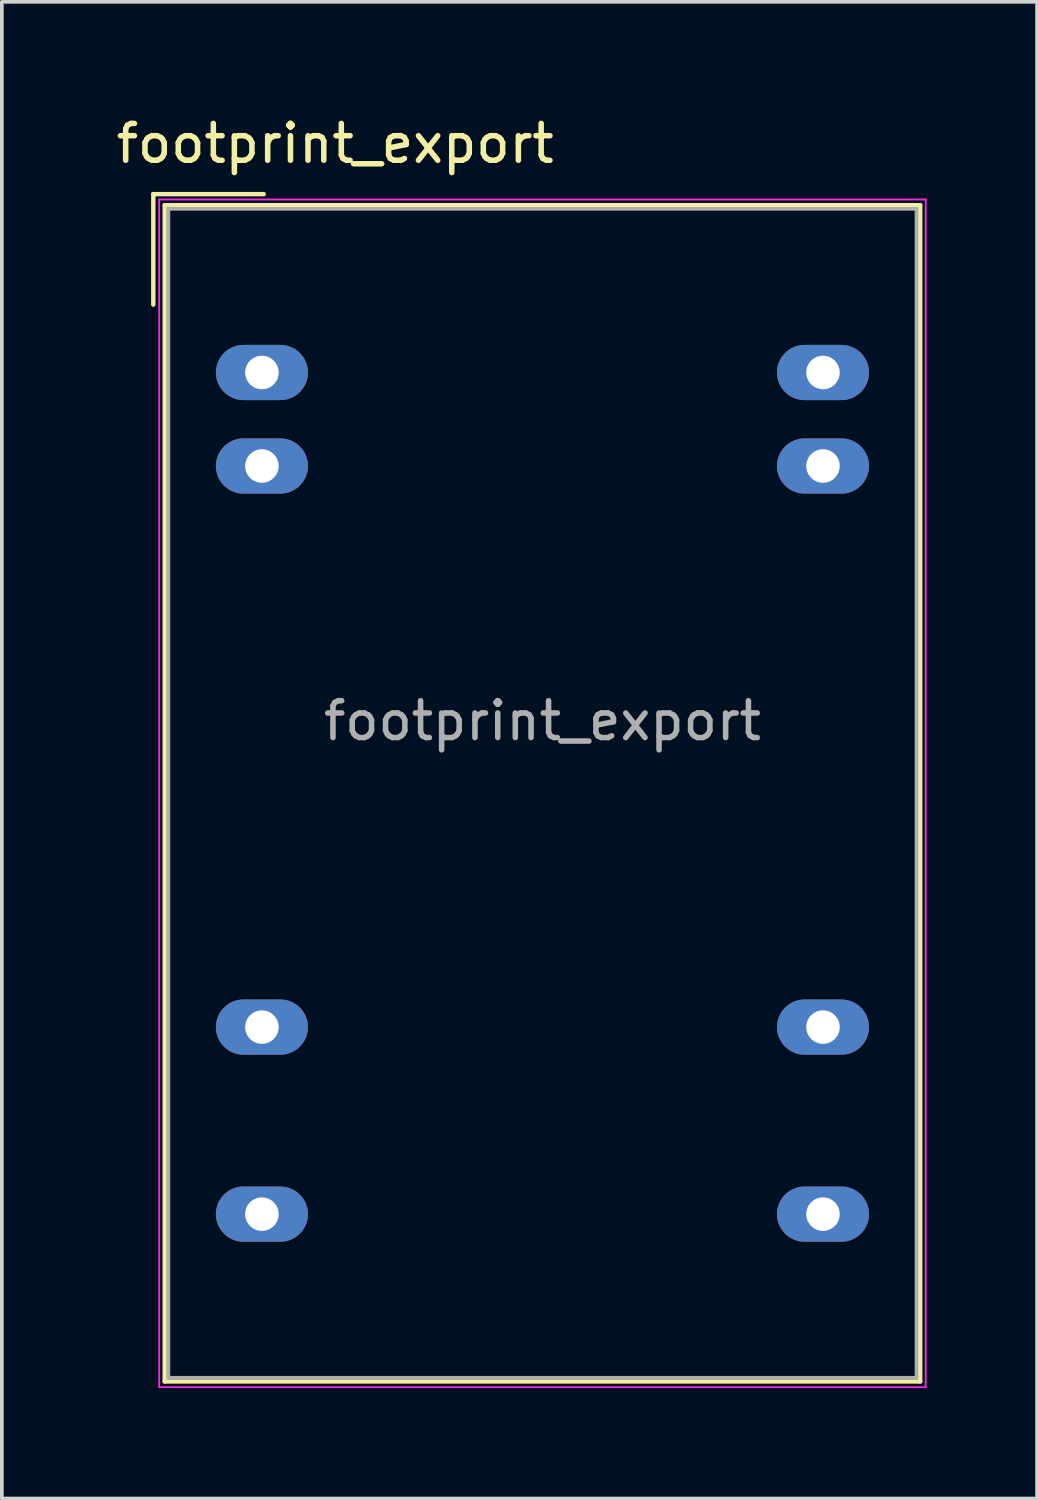
<source format=kicad_pcb>
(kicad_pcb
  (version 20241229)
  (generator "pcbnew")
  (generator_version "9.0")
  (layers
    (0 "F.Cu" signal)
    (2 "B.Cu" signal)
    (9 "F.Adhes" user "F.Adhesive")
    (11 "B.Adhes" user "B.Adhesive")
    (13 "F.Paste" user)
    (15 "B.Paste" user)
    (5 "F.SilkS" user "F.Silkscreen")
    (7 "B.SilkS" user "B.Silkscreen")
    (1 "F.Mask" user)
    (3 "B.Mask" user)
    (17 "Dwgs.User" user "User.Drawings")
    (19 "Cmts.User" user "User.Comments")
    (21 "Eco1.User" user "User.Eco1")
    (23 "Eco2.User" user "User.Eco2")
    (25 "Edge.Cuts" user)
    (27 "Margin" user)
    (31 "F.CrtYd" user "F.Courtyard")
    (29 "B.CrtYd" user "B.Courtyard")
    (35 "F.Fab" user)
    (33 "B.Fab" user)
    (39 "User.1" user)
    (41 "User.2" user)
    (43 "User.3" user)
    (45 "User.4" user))
  (footprint "footprint_export"
    (layer "F.Cu")
    (at 4.064 7.068)
    (property "Reference" "footprint_export" (at 1.99 -6.22 0) (layer "F.SilkS") (effects (font (size 1 1) (thickness 0.15))))
    (attr through_hole)
    (fp_line (start -2.95 -4.845) (end -2.95 -1.845) (stroke (width 0.12) (type solid)) (layer "F.SilkS"))
    (fp_line (start -2.95 -4.845) (end 0.05 -4.845) (stroke (width 0.12) (type solid)) (layer "F.SilkS"))
    (fp_line (start -2.64 -4.545) (end -2.64 27.405) (stroke (width 0.12) (type solid)) (layer "F.SilkS"))
    (fp_line (start -2.64 -4.545) (end 17.88 -4.545) (stroke (width 0.12) (type solid)) (layer "F.SilkS"))
    (fp_line (start -2.64 27.405) (end 17.88 27.405) (stroke (width 0.12) (type solid)) (layer "F.SilkS"))
    (fp_line (start 17.88 -4.545) (end 17.88 27.405) (stroke (width 0.12) (type solid)) (layer "F.SilkS"))
    (fp_line (start -2.79 -4.7) (end -2.79 27.56) (stroke (width 0.05) (type solid)) (layer "F.CrtYd"))
    (fp_line (start -2.79 -4.7) (end 18.03 -4.7) (stroke (width 0.05) (type solid)) (layer "F.CrtYd"))
    (fp_line (start -2.79 27.56) (end 18.03 27.56) (stroke (width 0.05) (type solid)) (layer "F.CrtYd"))
    (fp_line (start 18.03 -4.7) (end 18.03 27.56) (stroke (width 0.05) (type solid)) (layer "F.CrtYd"))
    (fp_line (start -2.54 -4.445) (end 17.78 -4.445) (stroke (width 0.1) (type solid)) (layer "F.Fab"))
    (fp_line (start -2.54 27.305) (end -2.54 -4.455) (stroke (width 0.1) (type solid)) (layer "F.Fab"))
    (fp_line (start 17.78 -4.445) (end 17.78 27.305) (stroke (width 0.1) (type solid)) (layer "F.Fab"))
    (fp_line (start 17.78 27.305) (end -2.5 27.305) (stroke (width 0.1) (type solid)) (layer "F.Fab"))
    (fp_text user "${REFERENCE}" (at 7.62 9.46 0) (layer "F.Fab") (effects (font (size 1 1) (thickness 0.15))))
    (pad "2" thru_hole oval (at 0 0) (size 2.5 1.5) (drill 0.91) (layers "*.Cu" "*.Mask"))
    (pad "3" thru_hole oval (at 0 2.54) (size 2.5 1.5) (drill 0.91) (layers "*.Cu" "*.Mask"))
    (pad "9" thru_hole oval (at 0 17.78) (size 2.5 1.5) (drill 0.91) (layers "*.Cu" "*.Mask"))
    (pad "11" thru_hole oval (at 0 22.86) (size 2.5 1.5) (drill 0.91) (layers "*.Cu" "*.Mask"))
    (pad "14" thru_hole oval (at 15.24 22.86) (size 2.5 1.5) (drill 0.91) (layers "*.Cu" "*.Mask"))
    (pad "16" thru_hole oval (at 15.24 17.78) (size 2.5 1.5) (drill 0.91) (layers "*.Cu" "*.Mask"))
    (pad "22" thru_hole oval (at 15.24 2.54) (size 2.5 1.5) (drill 0.91) (layers "*.Cu" "*.Mask"))
    (pad "23" thru_hole oval (at 15.24 0) (size 2.5 1.5) (drill 0.91) (layers "*.Cu" "*.Mask")))
  (gr_rect
    (start -3 -3)
    (end 25.119 37.653)
    (stroke (width 0.1) (type default))
    (fill no)
    (layer "Edge.Cuts")))
</source>
